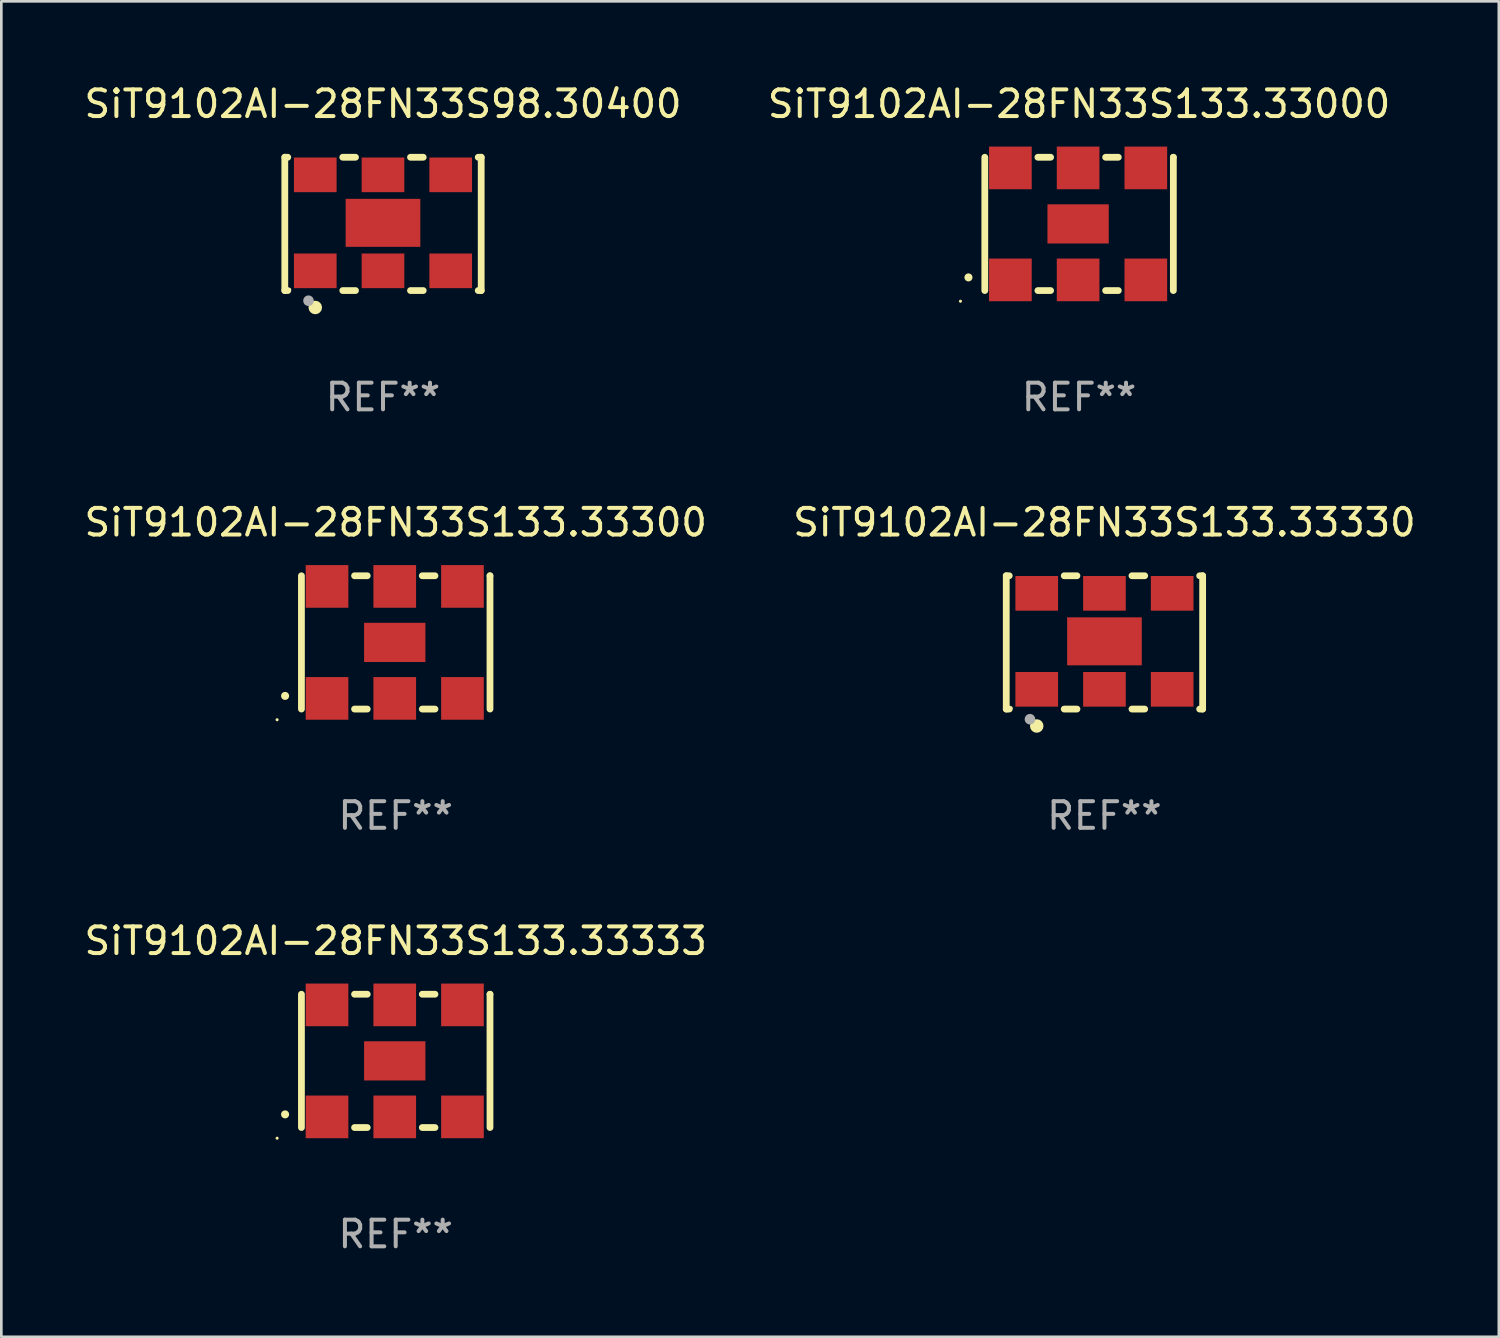
<source format=kicad_pcb>
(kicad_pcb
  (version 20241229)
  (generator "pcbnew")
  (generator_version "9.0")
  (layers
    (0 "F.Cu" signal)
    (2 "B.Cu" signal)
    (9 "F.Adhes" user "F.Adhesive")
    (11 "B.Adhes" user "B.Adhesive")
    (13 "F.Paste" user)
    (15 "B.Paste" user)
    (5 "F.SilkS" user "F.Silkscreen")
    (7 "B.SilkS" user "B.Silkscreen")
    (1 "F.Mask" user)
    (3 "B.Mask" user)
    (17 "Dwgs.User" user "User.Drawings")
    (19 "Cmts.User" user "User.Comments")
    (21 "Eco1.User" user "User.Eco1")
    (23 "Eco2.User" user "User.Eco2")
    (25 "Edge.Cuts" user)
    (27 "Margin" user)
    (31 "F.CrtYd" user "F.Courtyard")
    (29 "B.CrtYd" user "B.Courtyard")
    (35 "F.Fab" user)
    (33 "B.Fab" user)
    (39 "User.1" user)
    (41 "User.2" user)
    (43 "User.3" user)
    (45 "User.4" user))
  (footprint "SiT9102AI-28FN33S133.33330"
    (layer "F.Cu")
    (at 38.375 21.045)
    (property "Reference" "SiT9102AI-28FN33S133.33330" (at 0 -4.5 0) (layer "F.SilkS") (effects (font (size 1 1) (thickness 0.15))))
    (attr through_hole)
    (fp_line (start -3.683 -2.5) (end -3.571 -2.5) (stroke (width 0.254) (type solid)) (layer "F.SilkS"))
    (fp_line (start -3.683 2.5) (end -3.683 -2.5) (stroke (width 0.254) (type solid)) (layer "F.SilkS"))
    (fp_line (start -3.683 2.5) (end -3.571 2.5) (stroke (width 0.254) (type solid)) (layer "F.SilkS"))
    (fp_line (start -1.509 -2.5) (end -1.031 -2.5) (stroke (width 0.254) (type solid)) (layer "F.SilkS"))
    (fp_line (start -1.509 2.5) (end -1.031 2.5) (stroke (width 0.254) (type solid)) (layer "F.SilkS"))
    (fp_line (start 1.031 -2.5) (end 1.509 -2.5) (stroke (width 0.254) (type solid)) (layer "F.SilkS"))
    (fp_line (start 1.031 2.5) (end 1.509 2.5) (stroke (width 0.254) (type solid)) (layer "F.SilkS"))
    (fp_line (start 3.571 -2.5) (end 3.683 -2.5) (stroke (width 0.254) (type solid)) (layer "F.SilkS"))
    (fp_line (start 3.571 2.5) (end 3.683 2.5) (stroke (width 0.254) (type solid)) (layer "F.SilkS"))
    (fp_line (start 3.683 2.5) (end 3.683 -2.5) (stroke (width 0.254) (type solid)) (layer "F.SilkS"))
    (fp_circle (center -3.5 2.46) (end -3.47 2.46) (stroke (width 0.06) (type solid)) (fill no) (layer "F.SilkS"))
    (fp_circle (center -2.54 3.135) (end -2.413 3.135) (stroke (width 0.254) (type solid)) (fill no) (layer "F.SilkS"))
    (fp_circle (center -2.794 2.881) (end -2.694 2.881) (stroke (width 0.2) (type solid)) (fill no) (layer "F.Fab"))
    (fp_text user "REF**" (at 0 6.5 0) (layer "F.Fab") (effects (font (size 1 1) (thickness 0.15))))
    (pad "1" smd rect (at -2.54 1.76) (size 1.6 1.3) (layers "F.Cu" "F.Mask" "F.Paste"))
    (pad "2" smd rect (at 0 1.76) (size 1.6 1.3) (layers "F.Cu" "F.Mask" "F.Paste"))
    (pad "3" smd rect (at 2.54 1.76) (size 1.6 1.3) (layers "F.Cu" "F.Mask" "F.Paste"))
    (pad "4" smd rect (at 2.54 -1.84) (size 1.6 1.3) (layers "F.Cu" "F.Mask" "F.Paste"))
    (pad "5" smd rect (at 0 -1.84) (size 1.6 1.3) (layers "F.Cu" "F.Mask" "F.Paste"))
    (pad "6" smd rect (at -2.54 -1.84) (size 1.6 1.3) (layers "F.Cu" "F.Mask" "F.Paste"))
    (pad "7" smd rect (at 0 -0.04) (size 2.8 1.8) (layers "F.Cu" "F.Mask" "F.Paste")))
  (footprint "SiT9102AI-28FN33S133.33333"
    (layer "F.Cu")
    (at 11.792 36.741)
    (property "Reference" "SiT9102AI-28FN33S133.33333" (at 0 -4.5 0) (layer "F.SilkS") (effects (font (size 1 1) (thickness 0.15))))
    (attr through_hole)
    (fp_line (start -3.536 -2.5) (end -3.536 2.5) (stroke (width 0.254) (type solid)) (layer "F.SilkS"))
    (fp_line (start -1.544 2.5) (end -1.067 2.5) (stroke (width 0.254) (type solid)) (layer "F.SilkS"))
    (fp_line (start -1.067 -2.5) (end -1.544 -2.5) (stroke (width 0.254) (type solid)) (layer "F.SilkS"))
    (fp_line (start 0.996 2.5) (end 1.473 2.5) (stroke (width 0.254) (type solid)) (layer "F.SilkS"))
    (fp_line (start 1.473 -2.5) (end 0.996 -2.5) (stroke (width 0.254) (type solid)) (layer "F.SilkS"))
    (fp_line (start 3.536 -2.5) (end 3.536 -2.5) (stroke (width 0.254) (type solid)) (layer "F.SilkS"))
    (fp_line (start 3.536 2.5) (end 3.536 -2.5) (stroke (width 0.254) (type solid)) (layer "F.SilkS"))
    (fp_arc (start -4.150432 2.006604) (mid -4.149162 2.006599) (end -4.147892 2.006604) (stroke (width 0.3) (type solid)) (layer "F.SilkS"))
    (fp_circle (center -4.449 2.9) (end -4.419 2.9) (stroke (width 0.06) (type solid)) (fill no) (layer "F.SilkS"))
    (fp_text user "REF**" (at 0 6.5 0) (layer "F.Fab") (effects (font (size 1 1) (thickness 0.15))))
    (pad "1" smd rect (at -2.576 2.1) (size 1.6 1.6) (layers "F.Cu" "F.Mask" "F.Paste"))
    (pad "2" smd rect (at -0.036 2.1) (size 1.6 1.6) (layers "F.Cu" "F.Mask" "F.Paste"))
    (pad "3" smd rect (at 2.504 2.1) (size 1.6 1.6) (layers "F.Cu" "F.Mask" "F.Paste"))
    (pad "4" smd rect (at 2.504 -2.1) (size 1.6 1.6) (layers "F.Cu" "F.Mask" "F.Paste"))
    (pad "5" smd rect (at -0.036 -2.1) (size 1.6 1.6) (layers "F.Cu" "F.Mask" "F.Paste"))
    (pad "6" smd rect (at -2.576 -2.1) (size 1.6 1.6) (layers "F.Cu" "F.Mask" "F.Paste"))
    (pad "7" smd rect (at -0.036 0) (size 2.3 1.47) (layers "F.Cu" "F.Mask" "F.Paste")))
  (footprint "SiT9102AI-28FN33S133.33000"
    (layer "F.Cu")
    (at 37.423 5.348)
    (property "Reference" "SiT9102AI-28FN33S133.33000" (at 0 -4.5 0) (layer "F.SilkS") (effects (font (size 1 1) (thickness 0.15))))
    (attr through_hole)
    (fp_line (start -3.536 -2.5) (end -3.536 2.5) (stroke (width 0.254) (type solid)) (layer "F.SilkS"))
    (fp_line (start -1.544 2.5) (end -1.067 2.5) (stroke (width 0.254) (type solid)) (layer "F.SilkS"))
    (fp_line (start -1.067 -2.5) (end -1.544 -2.5) (stroke (width 0.254) (type solid)) (layer "F.SilkS"))
    (fp_line (start 0.996 2.5) (end 1.473 2.5) (stroke (width 0.254) (type solid)) (layer "F.SilkS"))
    (fp_line (start 1.473 -2.5) (end 0.996 -2.5) (stroke (width 0.254) (type solid)) (layer "F.SilkS"))
    (fp_line (start 3.536 -2.5) (end 3.536 -2.5) (stroke (width 0.254) (type solid)) (layer "F.SilkS"))
    (fp_line (start 3.536 2.5) (end 3.536 -2.5) (stroke (width 0.254) (type solid)) (layer "F.SilkS"))
    (fp_arc (start -4.150432 2.006604) (mid -4.149162 2.006599) (end -4.147892 2.006604) (stroke (width 0.3) (type solid)) (layer "F.SilkS"))
    (fp_circle (center -4.449 2.9) (end -4.419 2.9) (stroke (width 0.06) (type solid)) (fill no) (layer "F.SilkS"))
    (fp_text user "REF**" (at 0 6.5 0) (layer "F.Fab") (effects (font (size 1 1) (thickness 0.15))))
    (pad "1" smd rect (at -2.576 2.1) (size 1.6 1.6) (layers "F.Cu" "F.Mask" "F.Paste"))
    (pad "2" smd rect (at -0.036 2.1) (size 1.6 1.6) (layers "F.Cu" "F.Mask" "F.Paste"))
    (pad "3" smd rect (at 2.504 2.1) (size 1.6 1.6) (layers "F.Cu" "F.Mask" "F.Paste"))
    (pad "4" smd rect (at 2.504 -2.1) (size 1.6 1.6) (layers "F.Cu" "F.Mask" "F.Paste"))
    (pad "5" smd rect (at -0.036 -2.1) (size 1.6 1.6) (layers "F.Cu" "F.Mask" "F.Paste"))
    (pad "6" smd rect (at -2.576 -2.1) (size 1.6 1.6) (layers "F.Cu" "F.Mask" "F.Paste"))
    (pad "7" smd rect (at -0.036 0) (size 2.3 1.47) (layers "F.Cu" "F.Mask" "F.Paste")))
  (footprint "SiT9102AI-28FN33S133.33300"
    (layer "F.Cu")
    (at 11.792 21.045)
    (property "Reference" "SiT9102AI-28FN33S133.33300" (at 0 -4.5 0) (layer "F.SilkS") (effects (font (size 1 1) (thickness 0.15))))
    (attr through_hole)
    (fp_line (start -3.536 -2.5) (end -3.536 2.5) (stroke (width 0.254) (type solid)) (layer "F.SilkS"))
    (fp_line (start -1.544 2.5) (end -1.067 2.5) (stroke (width 0.254) (type solid)) (layer "F.SilkS"))
    (fp_line (start -1.067 -2.5) (end -1.544 -2.5) (stroke (width 0.254) (type solid)) (layer "F.SilkS"))
    (fp_line (start 0.996 2.5) (end 1.473 2.5) (stroke (width 0.254) (type solid)) (layer "F.SilkS"))
    (fp_line (start 1.473 -2.5) (end 0.996 -2.5) (stroke (width 0.254) (type solid)) (layer "F.SilkS"))
    (fp_line (start 3.536 -2.5) (end 3.536 -2.5) (stroke (width 0.254) (type solid)) (layer "F.SilkS"))
    (fp_line (start 3.536 2.5) (end 3.536 -2.5) (stroke (width 0.254) (type solid)) (layer "F.SilkS"))
    (fp_arc (start -4.150432 2.006604) (mid -4.149162 2.006599) (end -4.147892 2.006604) (stroke (width 0.3) (type solid)) (layer "F.SilkS"))
    (fp_circle (center -4.449 2.9) (end -4.419 2.9) (stroke (width 0.06) (type solid)) (fill no) (layer "F.SilkS"))
    (fp_text user "REF**" (at 0 6.5 0) (layer "F.Fab") (effects (font (size 1 1) (thickness 0.15))))
    (pad "1" smd rect (at -2.576 2.1) (size 1.6 1.6) (layers "F.Cu" "F.Mask" "F.Paste"))
    (pad "2" smd rect (at -0.036 2.1) (size 1.6 1.6) (layers "F.Cu" "F.Mask" "F.Paste"))
    (pad "3" smd rect (at 2.504 2.1) (size 1.6 1.6) (layers "F.Cu" "F.Mask" "F.Paste"))
    (pad "4" smd rect (at 2.504 -2.1) (size 1.6 1.6) (layers "F.Cu" "F.Mask" "F.Paste"))
    (pad "5" smd rect (at -0.036 -2.1) (size 1.6 1.6) (layers "F.Cu" "F.Mask" "F.Paste"))
    (pad "6" smd rect (at -2.576 -2.1) (size 1.6 1.6) (layers "F.Cu" "F.Mask" "F.Paste"))
    (pad "7" smd rect (at -0.036 0) (size 2.3 1.47) (layers "F.Cu" "F.Mask" "F.Paste")))
  (footprint "SiT9102AI-28FN33S98.30400"
    (layer "F.Cu")
    (at 11.315 5.348)
    (property "Reference" "SiT9102AI-28FN33S98.30400" (at 0 -4.5 0) (layer "F.SilkS") (effects (font (size 1 1) (thickness 0.15))))
    (attr through_hole)
    (fp_line (start -3.683 -2.5) (end -3.571 -2.5) (stroke (width 0.254) (type solid)) (layer "F.SilkS"))
    (fp_line (start -3.683 2.5) (end -3.683 -2.5) (stroke (width 0.254) (type solid)) (layer "F.SilkS"))
    (fp_line (start -3.683 2.5) (end -3.571 2.5) (stroke (width 0.254) (type solid)) (layer "F.SilkS"))
    (fp_line (start -1.509 -2.5) (end -1.031 -2.5) (stroke (width 0.254) (type solid)) (layer "F.SilkS"))
    (fp_line (start -1.509 2.5) (end -1.031 2.5) (stroke (width 0.254) (type solid)) (layer "F.SilkS"))
    (fp_line (start 1.031 -2.5) (end 1.509 -2.5) (stroke (width 0.254) (type solid)) (layer "F.SilkS"))
    (fp_line (start 1.031 2.5) (end 1.509 2.5) (stroke (width 0.254) (type solid)) (layer "F.SilkS"))
    (fp_line (start 3.571 -2.5) (end 3.683 -2.5) (stroke (width 0.254) (type solid)) (layer "F.SilkS"))
    (fp_line (start 3.571 2.5) (end 3.683 2.5) (stroke (width 0.254) (type solid)) (layer "F.SilkS"))
    (fp_line (start 3.683 2.5) (end 3.683 -2.5) (stroke (width 0.254) (type solid)) (layer "F.SilkS"))
    (fp_circle (center -3.5 2.46) (end -3.47 2.46) (stroke (width 0.06) (type solid)) (fill no) (layer "F.SilkS"))
    (fp_circle (center -2.54 3.135) (end -2.413 3.135) (stroke (width 0.254) (type solid)) (fill no) (layer "F.SilkS"))
    (fp_circle (center -2.794 2.881) (end -2.694 2.881) (stroke (width 0.2) (type solid)) (fill no) (layer "F.Fab"))
    (fp_text user "REF**" (at 0 6.5 0) (layer "F.Fab") (effects (font (size 1 1) (thickness 0.15))))
    (pad "1" smd rect (at -2.54 1.76) (size 1.6 1.3) (layers "F.Cu" "F.Mask" "F.Paste"))
    (pad "2" smd rect (at 0 1.76) (size 1.6 1.3) (layers "F.Cu" "F.Mask" "F.Paste"))
    (pad "3" smd rect (at 2.54 1.76) (size 1.6 1.3) (layers "F.Cu" "F.Mask" "F.Paste"))
    (pad "4" smd rect (at 2.54 -1.84) (size 1.6 1.3) (layers "F.Cu" "F.Mask" "F.Paste"))
    (pad "5" smd rect (at 0 -1.84) (size 1.6 1.3) (layers "F.Cu" "F.Mask" "F.Paste"))
    (pad "6" smd rect (at -2.54 -1.84) (size 1.6 1.3) (layers "F.Cu" "F.Mask" "F.Paste"))
    (pad "7" smd rect (at 0 -0.04) (size 2.8 1.8) (layers "F.Cu" "F.Mask" "F.Paste")))
  (gr_rect
    (start -3 -3)
    (end 53.167 47.09)
    (stroke (width 0.1) (type default))
    (fill no)
    (layer "Edge.Cuts")))
</source>
